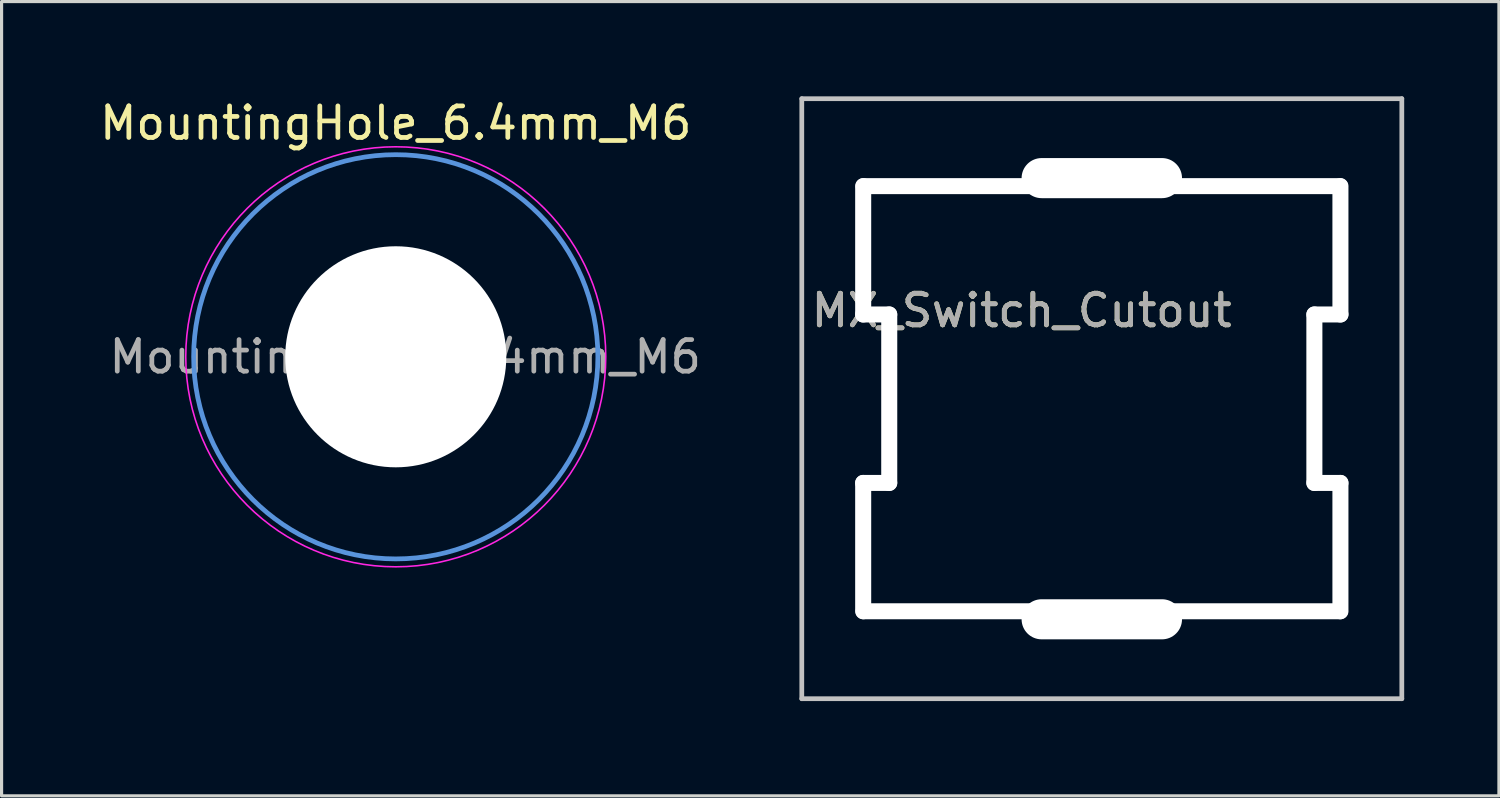
<source format=kicad_pcb>
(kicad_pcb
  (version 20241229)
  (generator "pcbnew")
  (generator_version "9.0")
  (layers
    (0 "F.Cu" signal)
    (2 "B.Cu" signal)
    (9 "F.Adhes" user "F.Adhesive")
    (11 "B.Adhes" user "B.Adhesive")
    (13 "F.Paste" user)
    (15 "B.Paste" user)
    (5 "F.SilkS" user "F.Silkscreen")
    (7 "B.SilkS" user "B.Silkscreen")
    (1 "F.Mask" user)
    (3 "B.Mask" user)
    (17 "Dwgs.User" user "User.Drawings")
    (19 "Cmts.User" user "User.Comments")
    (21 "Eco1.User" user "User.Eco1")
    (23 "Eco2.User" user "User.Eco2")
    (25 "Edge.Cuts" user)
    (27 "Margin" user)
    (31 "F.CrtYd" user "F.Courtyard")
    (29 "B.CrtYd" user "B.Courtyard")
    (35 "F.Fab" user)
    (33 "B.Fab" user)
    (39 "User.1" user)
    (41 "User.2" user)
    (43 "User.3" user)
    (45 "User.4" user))
  (footprint "MX_Switch_Cutout"
    (layer "F.Cu")
    (at 31.839 9.575)
    (property "Reference" "MX_Switch_Cutout" (at -2.54 -2.794 0) (layer "F.SilkS") (effects (font (size 1 1) (thickness 0.15))))
    (attr through_hole)
    (fp_line (start -9.5 -9.5) (end 9.5 -9.5) (stroke (width 0.15) (type solid)) (layer "Dwgs.User"))
    (fp_line (start -9.5 9.5) (end -9.5 -9.5) (stroke (width 0.15) (type solid)) (layer "Dwgs.User"))
    (fp_line (start 9.5 -9.5) (end 9.5 9.5) (stroke (width 0.15) (type solid)) (layer "Dwgs.User"))
    (fp_line (start 9.5 9.5) (end -9.5 9.5) (stroke (width 0.15) (type solid)) (layer "Dwgs.User"))
    (fp_text user "${REFERENCE}" (at -2.54 -2.794 0) (layer "F.Fab") (effects (font (size 1 1) (thickness 0.15))))
    (pad "" np_thru_hole oval (at -7.556 -4.699) (size 0.508 4.572) (drill oval 0.508 4.572) (layers "*.Cu" "*.Mask"))
    (pad "" np_thru_hole oval (at -7.556 4.699) (size 0.508 4.572) (drill oval 0.508 4.572) (layers "*.Cu" "*.Mask"))
    (pad "" np_thru_hole oval (at -7.144 -2.667) (size 1.333 0.508) (drill oval 1.333 0.508) (layers "*.Cu" "*.Mask"))
    (pad "" np_thru_hole oval (at -7.144 2.667) (size 1.333 0.508) (drill oval 1.333 0.508) (layers "*.Cu" "*.Mask"))
    (pad "" np_thru_hole oval (at -6.731 0) (size 0.508 5.842) (drill oval 0.508 5.842) (layers "*.Cu" "*.Mask"))
    (pad "" np_thru_hole oval (at 0 -6.985) (size 5.08 1.27) (drill oval 5.08 1.27) (layers "*.Cu" "*.Mask"))
    (pad "" np_thru_hole oval (at 0 -6.731) (size 15.596 0.508) (drill oval 15.596 0.508) (layers "*.Cu" "*.Mask"))
    (pad "" np_thru_hole oval (at 0 6.731) (size 15.596 0.508) (drill oval 15.596 0.508) (layers "*.Cu" "*.Mask"))
    (pad "" np_thru_hole oval (at 0 6.985) (size 5.08 1.27) (drill oval 5.08 1.27) (layers "*.Cu" "*.Mask"))
    (pad "" np_thru_hole oval (at 6.731 0) (size 0.508 5.842) (drill oval 0.508 5.842) (layers "*.Cu" "*.Mask"))
    (pad "" np_thru_hole oval (at 7.144 -2.667) (size 1.333 0.508) (drill oval 1.333 0.508) (layers "*.Cu" "*.Mask"))
    (pad "" np_thru_hole oval (at 7.144 2.667) (size 1.333 0.508) (drill oval 1.333 0.508) (layers "*.Cu" "*.Mask"))
    (pad "" np_thru_hole oval (at 7.556 -4.699) (size 0.508 4.572) (drill oval 0.508 4.572) (layers "*.Cu" "*.Mask"))
    (pad "" np_thru_hole oval (at 7.556 4.699) (size 0.508 4.572) (drill oval 0.508 4.572) (layers "*.Cu" "*.Mask")))
  (footprint "MountingHole_6.4mm_M6"
    (layer "F.Cu")
    (at 9.482 8.248)
    (property "Reference" "MountingHole_6.4mm_M6" (at 0 -7.4 0) (layer "F.SilkS") (effects (font (size 1 1) (thickness 0.15))))
    (attr exclude_from_pos_files exclude_from_bom)
    (fp_circle (center 0 0) (end 6.4 0) (stroke (width 0.15) (type solid)) (fill no) (layer "Cmts.User"))
    (fp_circle (center 0 0) (end 6.65 0) (stroke (width 0.05) (type solid)) (fill no) (layer "F.CrtYd"))
    (fp_text user "${REFERENCE}" (at 0.3 0 0) (layer "F.Fab") (effects (font (size 1 1) (thickness 0.15))))
    (pad "" np_thru_hole circle (at 0 0) (size 7 7) (drill 7) (layers "*.Cu" "*.Mask")))
  (gr_rect
    (start -3 -3)
    (end 44.414 22.15)
    (stroke (width 0.1) (type default))
    (fill no)
    (layer "Edge.Cuts")))
</source>
